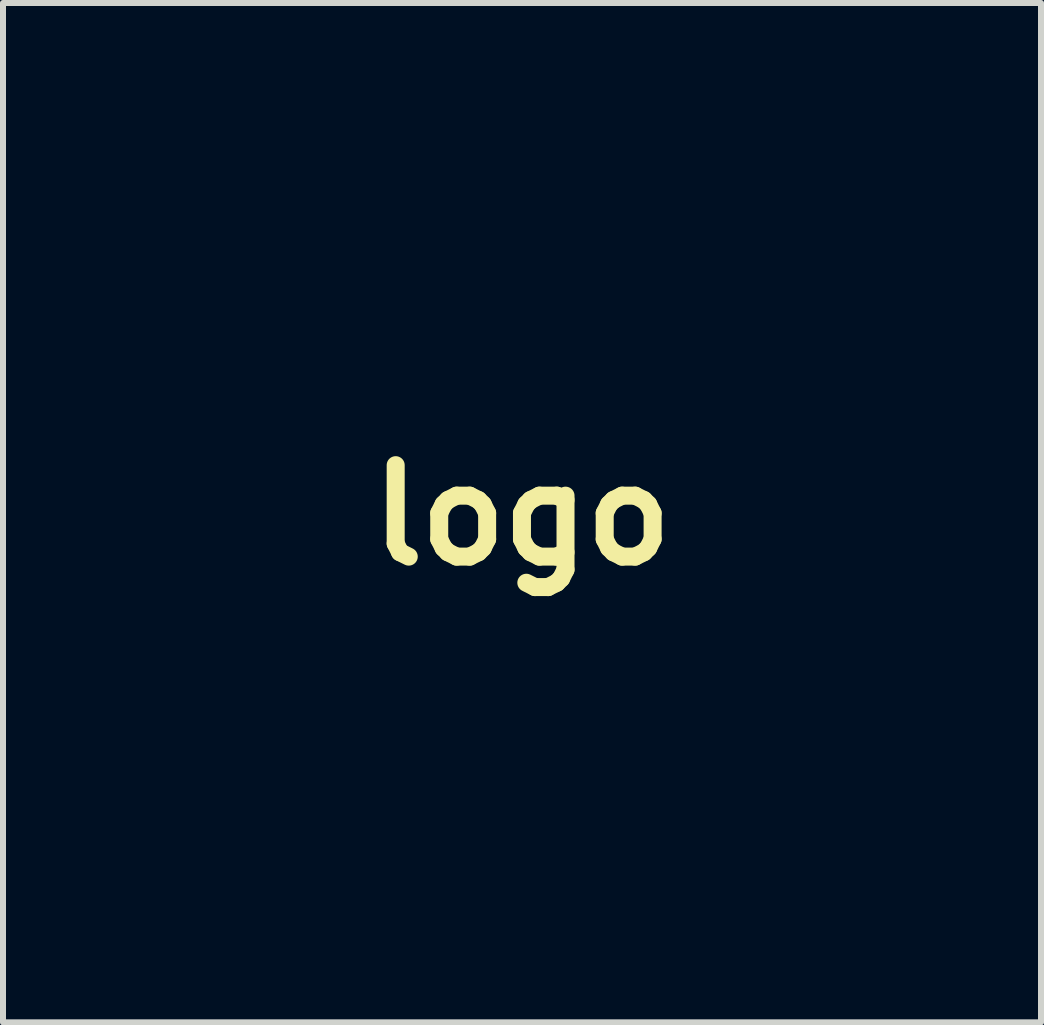
<source format=kicad_pcb>
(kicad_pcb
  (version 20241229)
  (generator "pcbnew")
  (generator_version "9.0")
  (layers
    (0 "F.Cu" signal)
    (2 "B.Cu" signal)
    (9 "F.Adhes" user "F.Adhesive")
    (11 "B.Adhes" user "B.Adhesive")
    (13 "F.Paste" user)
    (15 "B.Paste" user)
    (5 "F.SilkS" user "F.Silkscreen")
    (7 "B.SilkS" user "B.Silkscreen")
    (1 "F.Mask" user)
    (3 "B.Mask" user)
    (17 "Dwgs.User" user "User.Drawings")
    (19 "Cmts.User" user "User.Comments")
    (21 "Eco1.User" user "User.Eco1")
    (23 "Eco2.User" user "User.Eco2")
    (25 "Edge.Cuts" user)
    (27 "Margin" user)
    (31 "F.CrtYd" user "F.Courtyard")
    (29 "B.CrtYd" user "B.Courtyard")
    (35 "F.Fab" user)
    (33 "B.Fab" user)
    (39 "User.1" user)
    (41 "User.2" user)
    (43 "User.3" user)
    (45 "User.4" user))
  (footprint "logo"
    (layer "F.Cu")
    (at 5.649 5.537)
    (property "Reference" "logo" (at 0 0 0) (layer "F.SilkS") (effects (font (size 1.524 1.524) (thickness 0.3))))
    (attr through_hole)
    (fp_poly (pts (xy -1.326 -4.851) (xy -1.164 -4.86) (xy -1.002 -4.868) (xy -0.994 -5.2) (xy -0.986 -5.532) (xy -0.651 -5.532) (xy -0.643 -5.2) (xy -0.635 -4.868) (xy 1.178 -4.861) (xy 2.992 -4.854) (xy 2.992 -3.133) (xy 3.528 -3.133) (xy 3.528 -3.612) (xy 4.911 -3.612) (xy 4.911 -3.104) (xy 5.644 -3.104) (xy 5.644 -2.738) (xy 4.911 -2.738) (xy 4.911 -2.23) (xy 3.528 -2.23) (xy 3.528 -2.738) (xy 2.653 -2.738) (xy 2.653 -4.487) (xy -0.651 -4.487) (xy -0.643 -4.057) (xy -0.635 -3.627) (xy -0.557 -3.618) (xy -0.48 -3.609) (xy -0.48 -2.116) (xy 0.205 -2.123) (xy 0.889 -2.131) (xy 0.903 -2.285) (xy 0.917 -2.438) (xy 1.566 -1.852) (xy 1.773 -1.664) (xy 1.938 -1.51) (xy 2.064 -1.388) (xy 2.152 -1.297) (xy 2.205 -1.234) (xy 2.224 -1.197) (xy 2.224 -1.197) (xy 2.233 -1.129) (xy 3.528 -1.129) (xy 3.528 -1.665) (xy 4.911 -1.665) (xy 4.911 -1.129) (xy 5.644 -1.129) (xy 5.644 -0.79) (xy 4.911 -0.79) (xy 4.911 -0.254) (xy 3.528 -0.254) (xy 3.528 -0.79) (xy 2.23 -0.79) (xy 2.23 0.818) (xy 3.528 0.818) (xy 3.528 0.31) (xy 4.911 0.31) (xy 4.911 0.818) (xy 5.644 0.818) (xy 5.644 1.185) (xy 4.911 1.185) (xy 4.911 1.693) (xy 3.528 1.693) (xy 3.528 1.185) (xy 2.23 1.185) (xy 2.23 1.34) (xy 2.227 1.432) (xy 2.212 1.489) (xy 2.173 1.534) (xy 2.11 1.582) (xy 2.021 1.646) (xy 1.937 1.709) (xy 1.908 1.73) (xy 1.861 1.766) (xy 1.777 1.83) (xy 1.665 1.915) (xy 1.533 2.015) (xy 1.39 2.123) (xy 1.372 2.136) (xy 0.917 2.481) (xy 0.909 2.341) (xy 0.9 2.201) (xy -0.48 2.201) (xy -0.48 3.669) (xy -0.651 3.669) (xy -0.643 4.085) (xy -0.635 4.501) (xy 1.009 4.509) (xy 2.653 4.516) (xy 2.653 2.794) (xy 3.528 2.794) (xy 3.528 2.286) (xy 4.911 2.286) (xy 4.911 2.794) (xy 5.644 2.794) (xy 5.644 3.131) (xy 4.925 3.147) (xy 4.917 3.408) (xy 4.909 3.669) (xy 3.528 3.669) (xy 3.528 3.159) (xy 3.267 3.167) (xy 3.006 3.175) (xy 2.998 4.029) (xy 2.991 4.882) (xy -0.649 4.882) (xy -0.649 5.447) (xy -0.988 5.447) (xy -0.988 4.882) (xy -1.326 4.882) (xy -1.326 5.447) (xy -1.665 5.447) (xy -1.665 4.882) (xy -5.644 4.882) (xy -5.644 4.516) (xy -1.665 4.516) (xy -1.665 3.669) (xy -1.326 3.669) (xy -1.326 4.516) (xy -0.988 4.516) (xy -0.988 3.669) (xy -1.326 3.669) (xy -1.665 3.669) (xy -1.863 3.669) (xy -1.863 2.201) (xy -2.907 2.201) (xy -2.907 3.669) (xy -4.318 3.669) (xy -4.318 3.274) (xy -5.644 3.274) (xy -5.644 2.935) (xy -4.318 2.935) (xy -4.318 2.54) (xy -5.644 2.54) (xy -5.644 2.201) (xy -4.318 2.201) (xy -4.318 1.806) (xy -5.644 1.806) (xy -5.644 1.439) (xy -4.318 1.439) (xy -4.318 1.072) (xy -5.644 1.072) (xy -5.644 0.706) (xy -4.318 0.706) (xy -4.318 0.339) (xy -2.907 0.339) (xy -2.907 1.863) (xy -1.863 1.863) (xy -1.863 -1.778) (xy -0.48 -1.778) (xy -0.48 1.863) (xy 0.903 1.863) (xy 0.903 -1.778) (xy -0.48 -1.778) (xy -1.863 -1.778) (xy -2.907 -1.778) (xy -2.907 -0.282) (xy -4.318 -0.282) (xy -4.318 -0.677) (xy -5.644 -0.677) (xy -5.644 -1.016) (xy -4.318 -1.016) (xy -4.318 -1.411) (xy -5.644 -1.411) (xy -5.644 -1.75) (xy -4.318 -1.75) (xy -4.318 -2.145) (xy -5.644 -2.145) (xy -5.644 -2.484) (xy -4.318 -2.484) (xy -4.318 -2.879) (xy -5.644 -2.879) (xy -5.644 -3.246) (xy -4.318 -3.246) (xy -4.318 -3.612) (xy -2.907 -3.612) (xy -2.907 -2.115) (xy -2.392 -2.123) (xy -1.877 -2.131) (xy -1.862 -3.612) (xy -1.665 -3.612) (xy -1.665 -4.487) (xy -1.326 -4.487) (xy -1.326 -3.612) (xy -0.988 -3.612) (xy -0.988 -4.487) (xy -1.326 -4.487) (xy -1.665 -4.487) (xy -5.644 -4.487) (xy -5.644 -4.854) (xy -1.679 -4.868) (xy -1.671 -5.2) (xy -1.663 -5.532) (xy -1.326 -5.532) (xy -1.326 -4.851)) (stroke (width 0.01) (type solid)) (fill yes) (layer "F.Mask")))
  (gr_rect
    (start -3 -3)
    (end 14.299 13.988)
    (stroke (width 0.1) (type default))
    (fill no)
    (layer "Edge.Cuts")))
</source>
